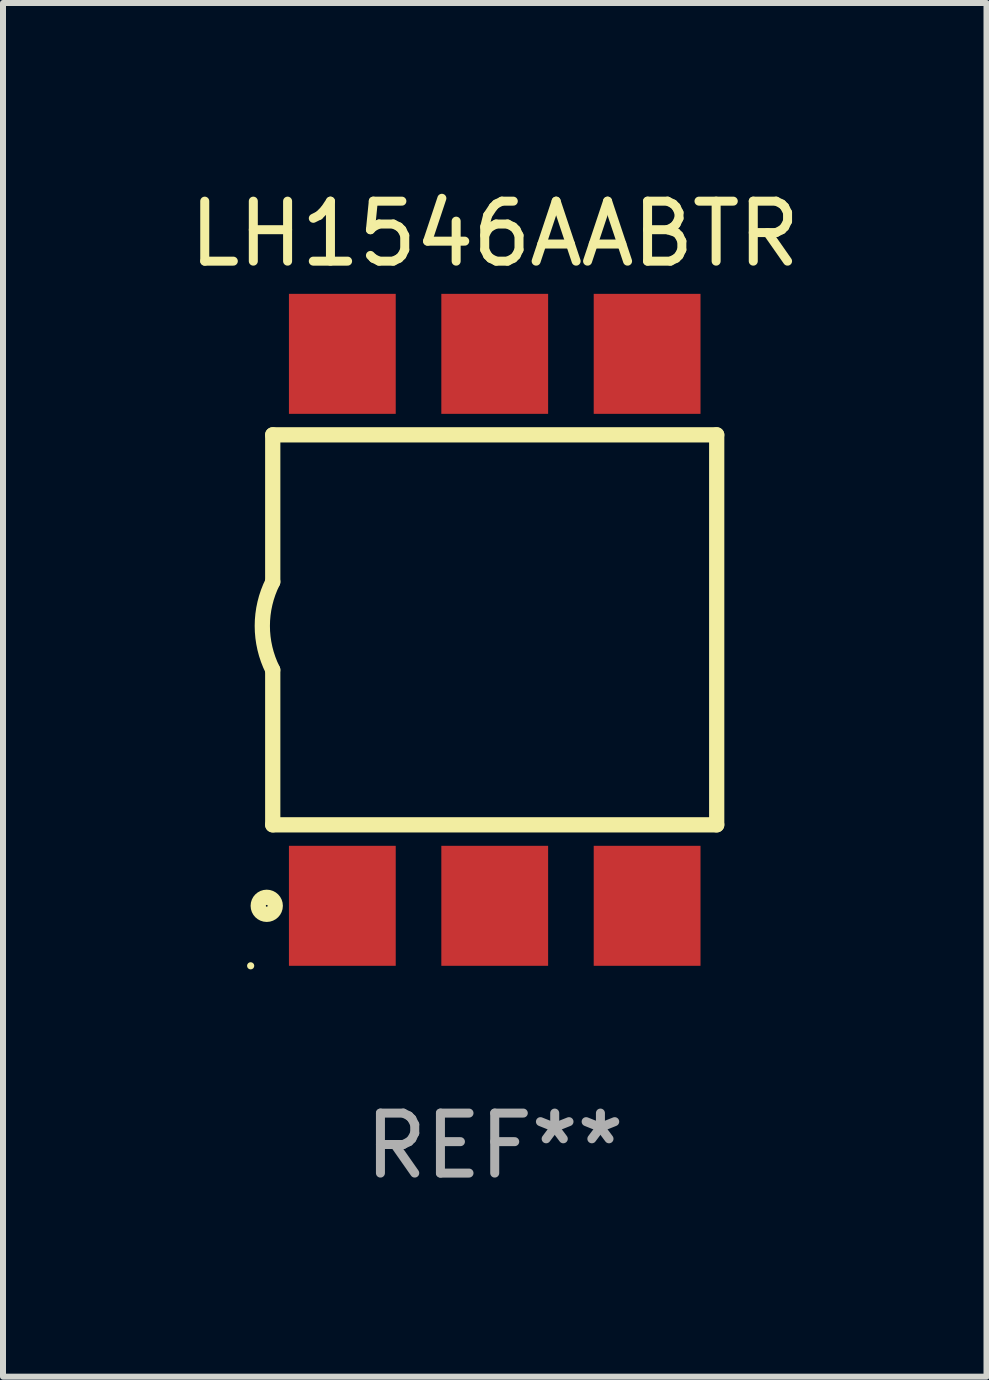
<source format=kicad_pcb>
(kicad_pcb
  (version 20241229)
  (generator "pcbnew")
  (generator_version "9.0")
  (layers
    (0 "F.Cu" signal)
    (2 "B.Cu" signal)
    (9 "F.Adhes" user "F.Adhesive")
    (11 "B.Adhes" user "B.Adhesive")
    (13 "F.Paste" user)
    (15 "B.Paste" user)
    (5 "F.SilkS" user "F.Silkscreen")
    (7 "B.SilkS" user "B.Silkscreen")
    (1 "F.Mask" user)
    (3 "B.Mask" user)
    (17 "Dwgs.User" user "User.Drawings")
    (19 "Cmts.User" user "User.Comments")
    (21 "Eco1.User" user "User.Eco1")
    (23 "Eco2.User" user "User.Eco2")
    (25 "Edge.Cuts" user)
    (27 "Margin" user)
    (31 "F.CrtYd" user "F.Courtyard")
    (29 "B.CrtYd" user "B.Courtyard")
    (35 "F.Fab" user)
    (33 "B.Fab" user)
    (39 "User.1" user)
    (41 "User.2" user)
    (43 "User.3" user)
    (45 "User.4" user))
  (footprint "LH1546AABTR"
    (layer "F.Cu")
    (at 5.196 7.448)
    (property "Reference" "LH1546AABTR" (at 0 -6.6 0) (layer "F.SilkS") (effects (font (size 1 1) (thickness 0.15))))
    (attr through_hole)
    (fp_line (start -3.7 -3.25) (end -3.7 -0.8) (stroke (width 0.254) (type solid)) (layer "F.SilkS"))
    (fp_line (start -3.7 -3.25) (end 3.7 -3.25) (stroke (width 0.254) (type solid)) (layer "F.SilkS"))
    (fp_line (start -3.7 3.25) (end -3.7 0.669) (stroke (width 0.254) (type solid)) (layer "F.SilkS"))
    (fp_line (start 3.7 -3.25) (end 3.7 3.25) (stroke (width 0.254) (type solid)) (layer "F.SilkS"))
    (fp_line (start 3.7 3.25) (end -3.7 3.25) (stroke (width 0.254) (type solid)) (layer "F.SilkS"))
    (fp_arc (start -3.700787 0.668021) (mid -3.873795 -0.066082) (end -3.7 -0.8) (stroke (width 0.254001) (type solid)) (layer "F.SilkS"))
    (fp_circle (center -4.068 5.6) (end -4.038 5.6) (stroke (width 0.06) (type solid)) (fill no) (layer "F.SilkS"))
    (fp_circle (center -3.8 4.6) (end -3.658 4.6) (stroke (width 0.254) (type solid)) (fill no) (layer "F.SilkS"))
    (fp_text user "REF**" (at 0 8.6 0) (layer "F.Fab") (effects (font (size 1 1) (thickness 0.15))))
    (pad "1" smd rect (at -2.54 4.6) (size 1.78 2) (layers "F.Cu" "F.Mask" "F.Paste"))
    (pad "2" smd rect (at 0 4.6) (size 1.78 2) (layers "F.Cu" "F.Mask" "F.Paste"))
    (pad "3" smd rect (at 2.54 4.6) (size 1.78 2) (layers "F.Cu" "F.Mask" "F.Paste"))
    (pad "4" smd rect (at 2.54 -4.6) (size 1.78 2) (layers "F.Cu" "F.Mask" "F.Paste"))
    (pad "5" smd rect (at 0 -4.6) (size 1.78 2) (layers "F.Cu" "F.Mask" "F.Paste"))
    (pad "6" smd rect (at -2.54 -4.6) (size 1.78 2) (layers "F.Cu" "F.Mask" "F.Paste")))
  (gr_rect
    (start -3 -3)
    (end 13.393 19.896)
    (stroke (width 0.1) (type default))
    (fill no)
    (layer "Edge.Cuts")))
</source>
